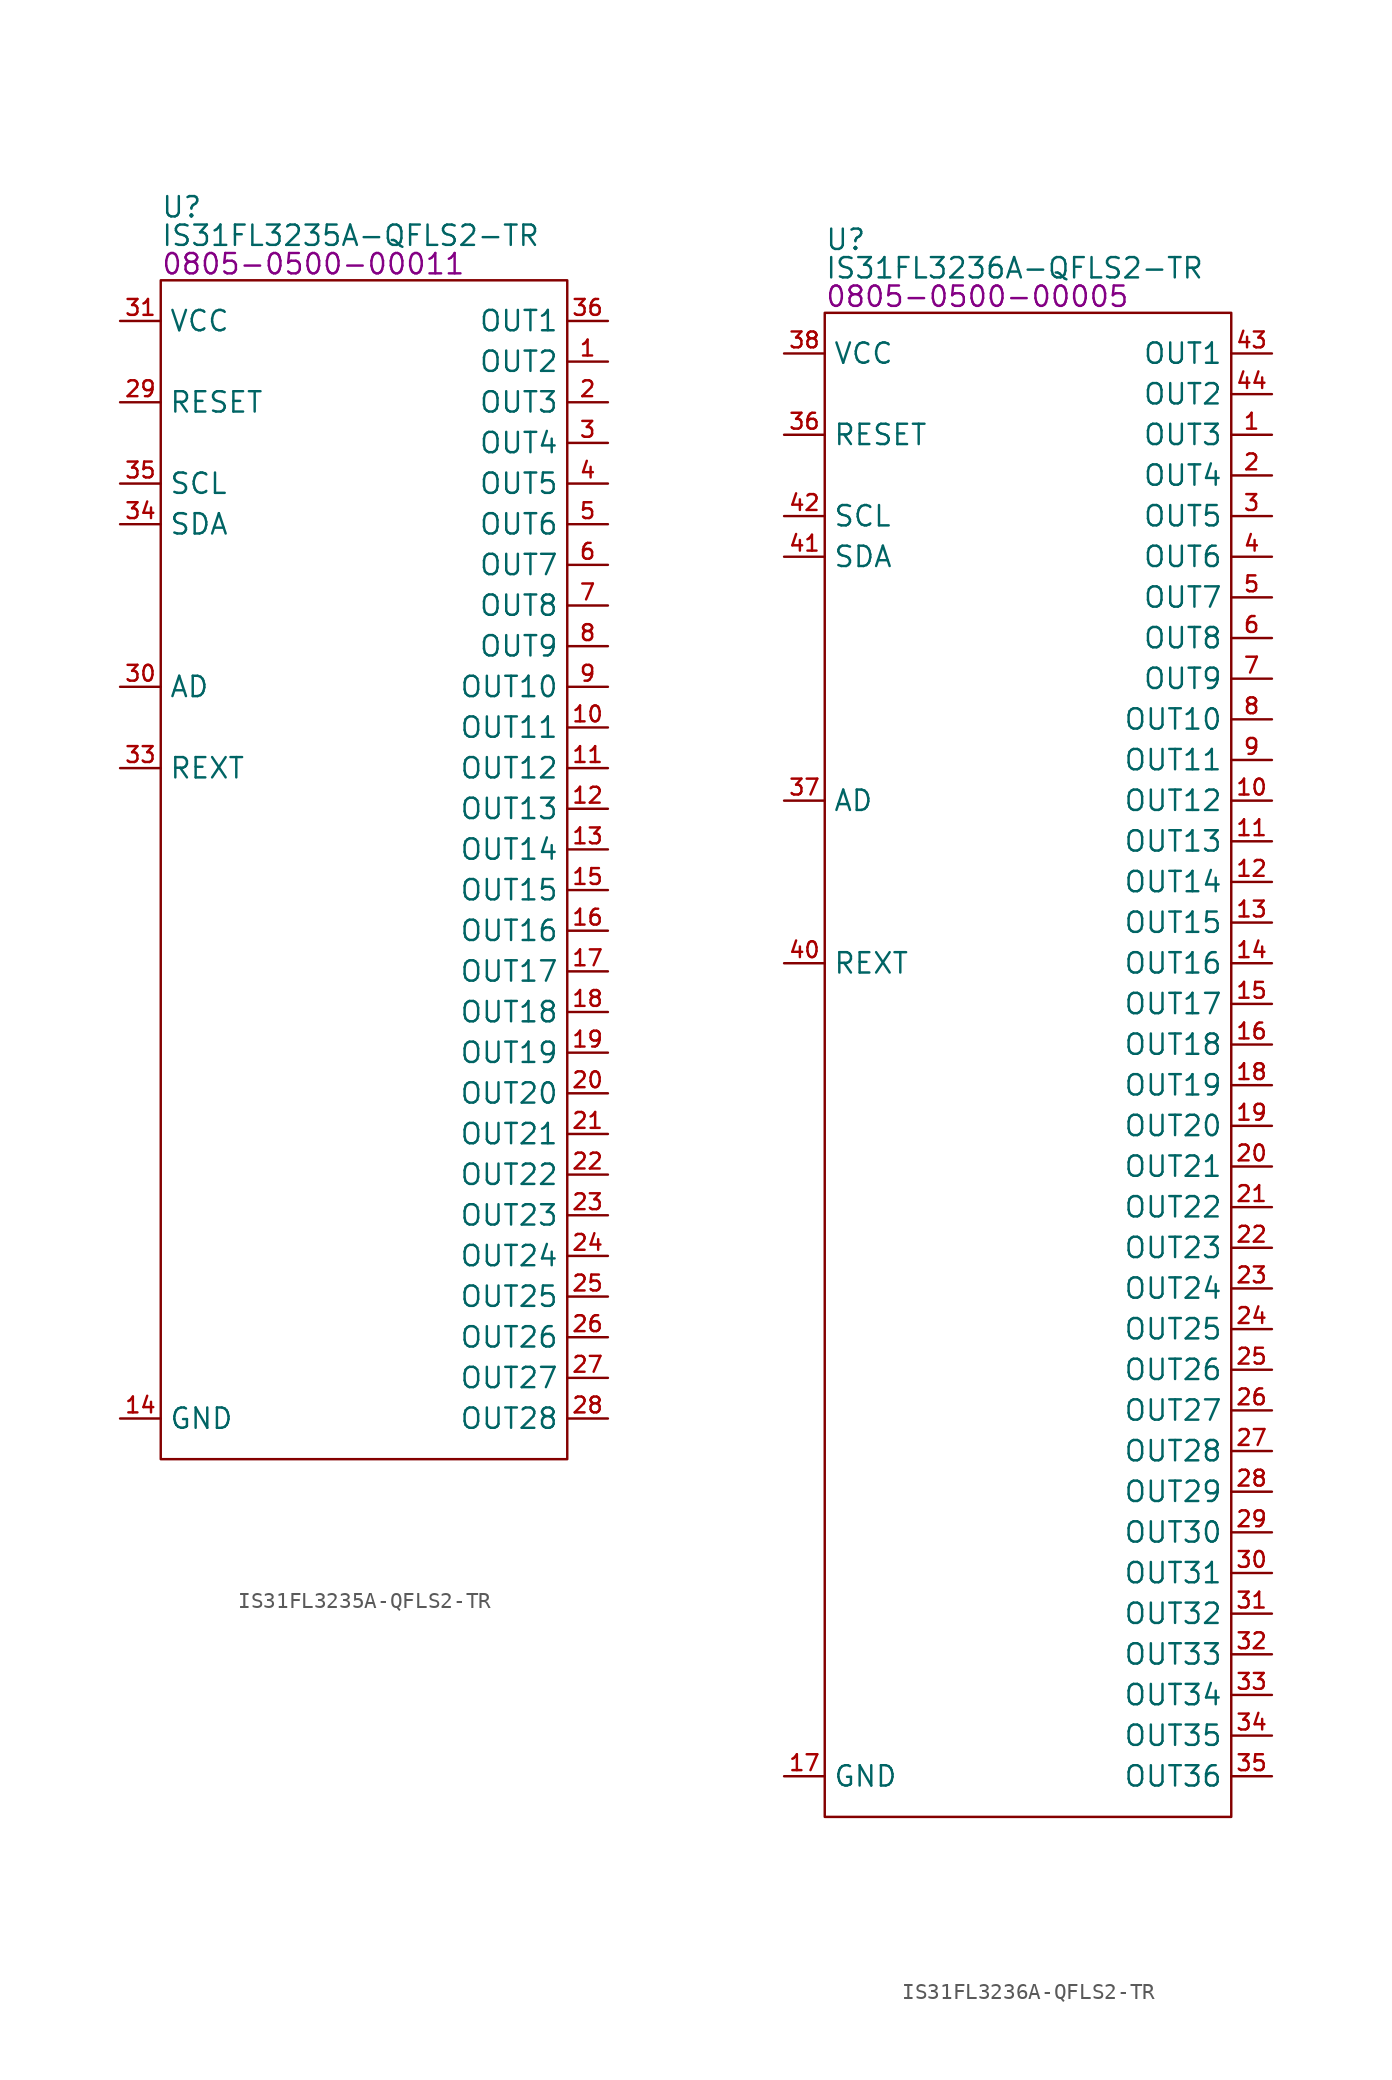
<source format=kicad_sym>
(kicad_symbol_lib
  (version 20231120)
  (generator "kicad_symbol_editor")
  (generator_version "8.0")
  (symbol "IS31FL3235A-QFLS2-TR"
    (property "Reference" "U"
      (at 0 4.572 0)
      (effects (font (size 1.27 1.27)) (justify left)))
    (property "Value" "IS31FL3235A-QFLS2-TR"
      (at 0 2.794 0)
      (effects (font (size 1.27 1.27)) (justify left)))
    (property "PartNumber" "0805-0500-00011"
      (at 0 1.016 0)
      (effects (font (size 1.27 1.27)) (justify left)))
    (symbol "IS31FL3235A-QFLS2-TR_0_0"
      (pin output line (at 27.94 -5.08 180) (length 2.54) (name "OUT2" (effects (font (size 1.27 1.27)))) (number "1" (effects (font (size 0.991 0.991)))))
      (pin output line (at 27.94 -27.94 180) (length 2.54) (name "OUT11" (effects (font (size 1.27 1.27)))) (number "10" (effects (font (size 0.991 0.991)))))
      (pin output line (at 27.94 -30.48 180) (length 2.54) (name "OUT12" (effects (font (size 1.27 1.27)))) (number "11" (effects (font (size 0.991 0.991)))))
      (pin output line (at 27.94 -33.02 180) (length 2.54) (name "OUT13" (effects (font (size 1.27 1.27)))) (number "12" (effects (font (size 0.991 0.991)))))
      (pin output line (at 27.94 -35.56 180) (length 2.54) (name "OUT14" (effects (font (size 1.27 1.27)))) (number "13" (effects (font (size 0.991 0.991)))))
      (pin power_in line (at -2.54 -71.12 0) (length 2.54) (name "GND" (effects (font (size 1.27 1.27)))) (number "14" (effects (font (size 0.991 0.991)))))
      (pin output line (at 27.94 -38.1 180) (length 2.54) (name "OUT15" (effects (font (size 1.27 1.27)))) (number "15" (effects (font (size 0.991 0.991)))))
      (pin output line (at 27.94 -40.64 180) (length 2.54) (name "OUT16" (effects (font (size 1.27 1.27)))) (number "16" (effects (font (size 0.991 0.991)))))
      (pin output line (at 27.94 -43.18 180) (length 2.54) (name "OUT17" (effects (font (size 1.27 1.27)))) (number "17" (effects (font (size 0.991 0.991)))))
      (pin output line (at 27.94 -45.72 180) (length 2.54) (name "OUT18" (effects (font (size 1.27 1.27)))) (number "18" (effects (font (size 0.991 0.991)))))
      (pin output line (at 27.94 -48.26 180) (length 2.54) (name "OUT19" (effects (font (size 1.27 1.27)))) (number "19" (effects (font (size 0.991 0.991)))))
      (pin output line (at 27.94 -7.62 180) (length 2.54) (name "OUT3" (effects (font (size 1.27 1.27)))) (number "2" (effects (font (size 0.991 0.991)))))
      (pin output line (at 27.94 -50.8 180) (length 2.54) (name "OUT20" (effects (font (size 1.27 1.27)))) (number "20" (effects (font (size 0.991 0.991)))))
      (pin output line (at 27.94 -53.34 180) (length 2.54) (name "OUT21" (effects (font (size 1.27 1.27)))) (number "21" (effects (font (size 0.991 0.991)))))
      (pin output line (at 27.94 -55.88 180) (length 2.54) (name "OUT22" (effects (font (size 1.27 1.27)))) (number "22" (effects (font (size 0.991 0.991)))))
      (pin output line (at 27.94 -58.42 180) (length 2.54) (name "OUT23" (effects (font (size 1.27 1.27)))) (number "23" (effects (font (size 0.991 0.991)))))
      (pin output line (at 27.94 -60.96 180) (length 2.54) (name "OUT24" (effects (font (size 1.27 1.27)))) (number "24" (effects (font (size 0.991 0.991)))))
      (pin output line (at 27.94 -63.5 180) (length 2.54) (name "OUT25" (effects (font (size 1.27 1.27)))) (number "25" (effects (font (size 0.991 0.991)))))
      (pin output line (at 27.94 -66.04 180) (length 2.54) (name "OUT26" (effects (font (size 1.27 1.27)))) (number "26" (effects (font (size 0.991 0.991)))))
      (pin output line (at 27.94 -68.58 180) (length 2.54) (name "OUT27" (effects (font (size 1.27 1.27)))) (number "27" (effects (font (size 0.991 0.991)))))
      (pin output line (at 27.94 -71.12 180) (length 2.54) (name "OUT28" (effects (font (size 1.27 1.27)))) (number "28" (effects (font (size 0.991 0.991)))))
      (pin input line (at -2.54 -7.62 0) (length 2.54) (name "RESET" (effects (font (size 1.27 1.27)))) (number "29" (effects (font (size 0.991 0.991)))))
      (pin output line (at 27.94 -10.16 180) (length 2.54) (name "OUT4" (effects (font (size 1.27 1.27)))) (number "3" (effects (font (size 0.991 0.991)))))
      (pin input line (at -2.54 -25.4 0) (length 2.54) (name "AD" (effects (font (size 1.27 1.27)))) (number "30" (effects (font (size 0.991 0.991)))))
      (pin power_in line (at -2.54 -2.54 0) (length 2.54) (name "VCC" (effects (font (size 1.27 1.27)))) (number "31" (effects (font (size 0.991 0.991)))))
      (pin power_in line (at -2.54 -71.12 0) (length 2.54) hide (name "GND" (effects (font (size 1.27 1.27)))) (number "32" (effects (font (size 0.991 0.991)))))
      (pin input line (at -2.54 -30.48 0) (length 2.54) (name "REXT" (effects (font (size 1.27 1.27)))) (number "33" (effects (font (size 0.991 0.991)))))
      (pin bidirectional line (at -2.54 -15.24 0) (length 2.54) (name "SDA" (effects (font (size 1.27 1.27)))) (number "34" (effects (font (size 0.991 0.991)))))
      (pin input line (at -2.54 -12.7 0) (length 2.54) (name "SCL" (effects (font (size 1.27 1.27)))) (number "35" (effects (font (size 0.991 0.991)))))
      (pin output line (at 27.94 -2.54 180) (length 2.54) (name "OUT1" (effects (font (size 1.27 1.27)))) (number "36" (effects (font (size 0.991 0.991)))))
      (pin power_in line (at -2.54 -71.12 0) (length 2.54) hide (name "GND" (effects (font (size 1.27 1.27)))) (number "37" (effects (font (size 0.991 0.991)))))
      (pin output line (at 27.94 -12.7 180) (length 2.54) (name "OUT5" (effects (font (size 1.27 1.27)))) (number "4" (effects (font (size 0.991 0.991)))))
      (pin output line (at 27.94 -15.24 180) (length 2.54) (name "OUT6" (effects (font (size 1.27 1.27)))) (number "5" (effects (font (size 0.991 0.991)))))
      (pin output line (at 27.94 -17.78 180) (length 2.54) (name "OUT7" (effects (font (size 1.27 1.27)))) (number "6" (effects (font (size 0.991 0.991)))))
      (pin output line (at 27.94 -20.32 180) (length 2.54) (name "OUT8" (effects (font (size 1.27 1.27)))) (number "7" (effects (font (size 0.991 0.991)))))
      (pin output line (at 27.94 -22.86 180) (length 2.54) (name "OUT9" (effects (font (size 1.27 1.27)))) (number "8" (effects (font (size 0.991 0.991)))))
      (pin output line (at 27.94 -25.4 180) (length 2.54) (name "OUT10" (effects (font (size 1.27 1.27)))) (number "9" (effects (font (size 0.991 0.991))))))
    (symbol "IS31FL3235A-QFLS2-TR_0_1"
      (rectangle (start 0 0) (end 25.4 -73.66) (stroke (width 0) (type default)) (fill (type none)))))
  (symbol "IS31FL3236A-QFLS2-TR"
    (property "Reference" "U"
      (at 0 4.572 0)
      (effects (font (size 1.27 1.27)) (justify left)))
    (property "Value" "IS31FL3236A-QFLS2-TR"
      (at 0 2.794 0)
      (effects (font (size 1.27 1.27)) (justify left)))
    (property "PartNumber" "0805-0500-00005"
      (at 0 1.016 0)
      (effects (font (size 1.27 1.27)) (justify left)))
    (symbol "IS31FL3236A-QFLS2-TR_0_0"
      (pin output line (at 27.94 -7.62 180) (length 2.54) (name "OUT3" (effects (font (size 1.27 1.27)))) (number "1" (effects (font (size 0.991 0.991)))))
      (pin output line (at 27.94 -30.48 180) (length 2.54) (name "OUT12" (effects (font (size 1.27 1.27)))) (number "10" (effects (font (size 0.991 0.991)))))
      (pin output line (at 27.94 -33.02 180) (length 2.54) (name "OUT13" (effects (font (size 1.27 1.27)))) (number "11" (effects (font (size 0.991 0.991)))))
      (pin output line (at 27.94 -35.56 180) (length 2.54) (name "OUT14" (effects (font (size 1.27 1.27)))) (number "12" (effects (font (size 0.991 0.991)))))
      (pin output line (at 27.94 -38.1 180) (length 2.54) (name "OUT15" (effects (font (size 1.27 1.27)))) (number "13" (effects (font (size 0.991 0.991)))))
      (pin output line (at 27.94 -40.64 180) (length 2.54) (name "OUT16" (effects (font (size 1.27 1.27)))) (number "14" (effects (font (size 0.991 0.991)))))
      (pin output line (at 27.94 -43.18 180) (length 2.54) (name "OUT17" (effects (font (size 1.27 1.27)))) (number "15" (effects (font (size 0.991 0.991)))))
      (pin output line (at 27.94 -45.72 180) (length 2.54) (name "OUT18" (effects (font (size 1.27 1.27)))) (number "16" (effects (font (size 0.991 0.991)))))
      (pin power_in line (at -2.54 -91.44 0) (length 2.54) (name "GND" (effects (font (size 1.27 1.27)))) (number "17" (effects (font (size 0.991 0.991)))))
      (pin output line (at 27.94 -48.26 180) (length 2.54) (name "OUT19" (effects (font (size 1.27 1.27)))) (number "18" (effects (font (size 0.991 0.991)))))
      (pin output line (at 27.94 -50.8 180) (length 2.54) (name "OUT20" (effects (font (size 1.27 1.27)))) (number "19" (effects (font (size 0.991 0.991)))))
      (pin output line (at 27.94 -10.16 180) (length 2.54) (name "OUT4" (effects (font (size 1.27 1.27)))) (number "2" (effects (font (size 0.991 0.991)))))
      (pin output line (at 27.94 -53.34 180) (length 2.54) (name "OUT21" (effects (font (size 1.27 1.27)))) (number "20" (effects (font (size 0.991 0.991)))))
      (pin output line (at 27.94 -55.88 180) (length 2.54) (name "OUT22" (effects (font (size 1.27 1.27)))) (number "21" (effects (font (size 0.991 0.991)))))
      (pin output line (at 27.94 -58.42 180) (length 2.54) (name "OUT23" (effects (font (size 1.27 1.27)))) (number "22" (effects (font (size 0.991 0.991)))))
      (pin output line (at 27.94 -60.96 180) (length 2.54) (name "OUT24" (effects (font (size 1.27 1.27)))) (number "23" (effects (font (size 0.991 0.991)))))
      (pin output line (at 27.94 -63.5 180) (length 2.54) (name "OUT25" (effects (font (size 1.27 1.27)))) (number "24" (effects (font (size 0.991 0.991)))))
      (pin output line (at 27.94 -66.04 180) (length 2.54) (name "OUT26" (effects (font (size 1.27 1.27)))) (number "25" (effects (font (size 0.991 0.991)))))
      (pin output line (at 27.94 -68.58 180) (length 2.54) (name "OUT27" (effects (font (size 1.27 1.27)))) (number "26" (effects (font (size 0.991 0.991)))))
      (pin output line (at 27.94 -71.12 180) (length 2.54) (name "OUT28" (effects (font (size 1.27 1.27)))) (number "27" (effects (font (size 0.991 0.991)))))
      (pin output line (at 27.94 -73.66 180) (length 2.54) (name "OUT29" (effects (font (size 1.27 1.27)))) (number "28" (effects (font (size 0.991 0.991)))))
      (pin output line (at 27.94 -76.2 180) (length 2.54) (name "OUT30" (effects (font (size 1.27 1.27)))) (number "29" (effects (font (size 0.991 0.991)))))
      (pin output line (at 27.94 -12.7 180) (length 2.54) (name "OUT5" (effects (font (size 1.27 1.27)))) (number "3" (effects (font (size 0.991 0.991)))))
      (pin output line (at 27.94 -78.74 180) (length 2.54) (name "OUT31" (effects (font (size 1.27 1.27)))) (number "30" (effects (font (size 0.991 0.991)))))
      (pin output line (at 27.94 -81.28 180) (length 2.54) (name "OUT32" (effects (font (size 1.27 1.27)))) (number "31" (effects (font (size 0.991 0.991)))))
      (pin output line (at 27.94 -83.82 180) (length 2.54) (name "OUT33" (effects (font (size 1.27 1.27)))) (number "32" (effects (font (size 0.991 0.991)))))
      (pin output line (at 27.94 -86.36 180) (length 2.54) (name "OUT34" (effects (font (size 1.27 1.27)))) (number "33" (effects (font (size 0.991 0.991)))))
      (pin output line (at 27.94 -88.9 180) (length 2.54) (name "OUT35" (effects (font (size 1.27 1.27)))) (number "34" (effects (font (size 0.991 0.991)))))
      (pin output line (at 27.94 -91.44 180) (length 2.54) (name "OUT36" (effects (font (size 1.27 1.27)))) (number "35" (effects (font (size 0.991 0.991)))))
      (pin input line (at -2.54 -7.62 0) (length 2.54) (name "RESET" (effects (font (size 1.27 1.27)))) (number "36" (effects (font (size 0.991 0.991)))))
      (pin input line (at -2.54 -30.48 0) (length 2.54) (name "AD" (effects (font (size 1.27 1.27)))) (number "37" (effects (font (size 0.991 0.991)))))
      (pin power_in line (at -2.54 -2.54 0) (length 2.54) (name "VCC" (effects (font (size 1.27 1.27)))) (number "38" (effects (font (size 0.991 0.991)))))
      (pin power_in line (at -2.54 -91.44 0) (length 2.54) hide (name "GND" (effects (font (size 1.27 1.27)))) (number "39" (effects (font (size 0.991 0.991)))))
      (pin output line (at 27.94 -15.24 180) (length 2.54) (name "OUT6" (effects (font (size 1.27 1.27)))) (number "4" (effects (font (size 0.991 0.991)))))
      (pin input line (at -2.54 -40.64 0) (length 2.54) (name "REXT" (effects (font (size 1.27 1.27)))) (number "40" (effects (font (size 0.991 0.991)))))
      (pin bidirectional line (at -2.54 -15.24 0) (length 2.54) (name "SDA" (effects (font (size 1.27 1.27)))) (number "41" (effects (font (size 0.991 0.991)))))
      (pin input line (at -2.54 -12.7 0) (length 2.54) (name "SCL" (effects (font (size 1.27 1.27)))) (number "42" (effects (font (size 0.991 0.991)))))
      (pin output line (at 27.94 -2.54 180) (length 2.54) (name "OUT1" (effects (font (size 1.27 1.27)))) (number "43" (effects (font (size 0.991 0.991)))))
      (pin output line (at 27.94 -5.08 180) (length 2.54) (name "OUT2" (effects (font (size 1.27 1.27)))) (number "44" (effects (font (size 0.991 0.991)))))
      (pin power_in line (at -2.54 -91.44 0) (length 2.54) hide (name "GND" (effects (font (size 1.27 1.27)))) (number "45" (effects (font (size 0.991 0.991)))))
      (pin output line (at 27.94 -17.78 180) (length 2.54) (name "OUT7" (effects (font (size 1.27 1.27)))) (number "5" (effects (font (size 0.991 0.991)))))
      (pin output line (at 27.94 -20.32 180) (length 2.54) (name "OUT8" (effects (font (size 1.27 1.27)))) (number "6" (effects (font (size 0.991 0.991)))))
      (pin output line (at 27.94 -22.86 180) (length 2.54) (name "OUT9" (effects (font (size 1.27 1.27)))) (number "7" (effects (font (size 0.991 0.991)))))
      (pin output line (at 27.94 -25.4 180) (length 2.54) (name "OUT10" (effects (font (size 1.27 1.27)))) (number "8" (effects (font (size 0.991 0.991)))))
      (pin output line (at 27.94 -27.94 180) (length 2.54) (name "OUT11" (effects (font (size 1.27 1.27)))) (number "9" (effects (font (size 0.991 0.991))))))
    (symbol "IS31FL3236A-QFLS2-TR_0_1"
      (rectangle (start 0 0) (end 25.4 -93.98) (stroke (width 0) (type default)) (fill (type none))))))
</source>
